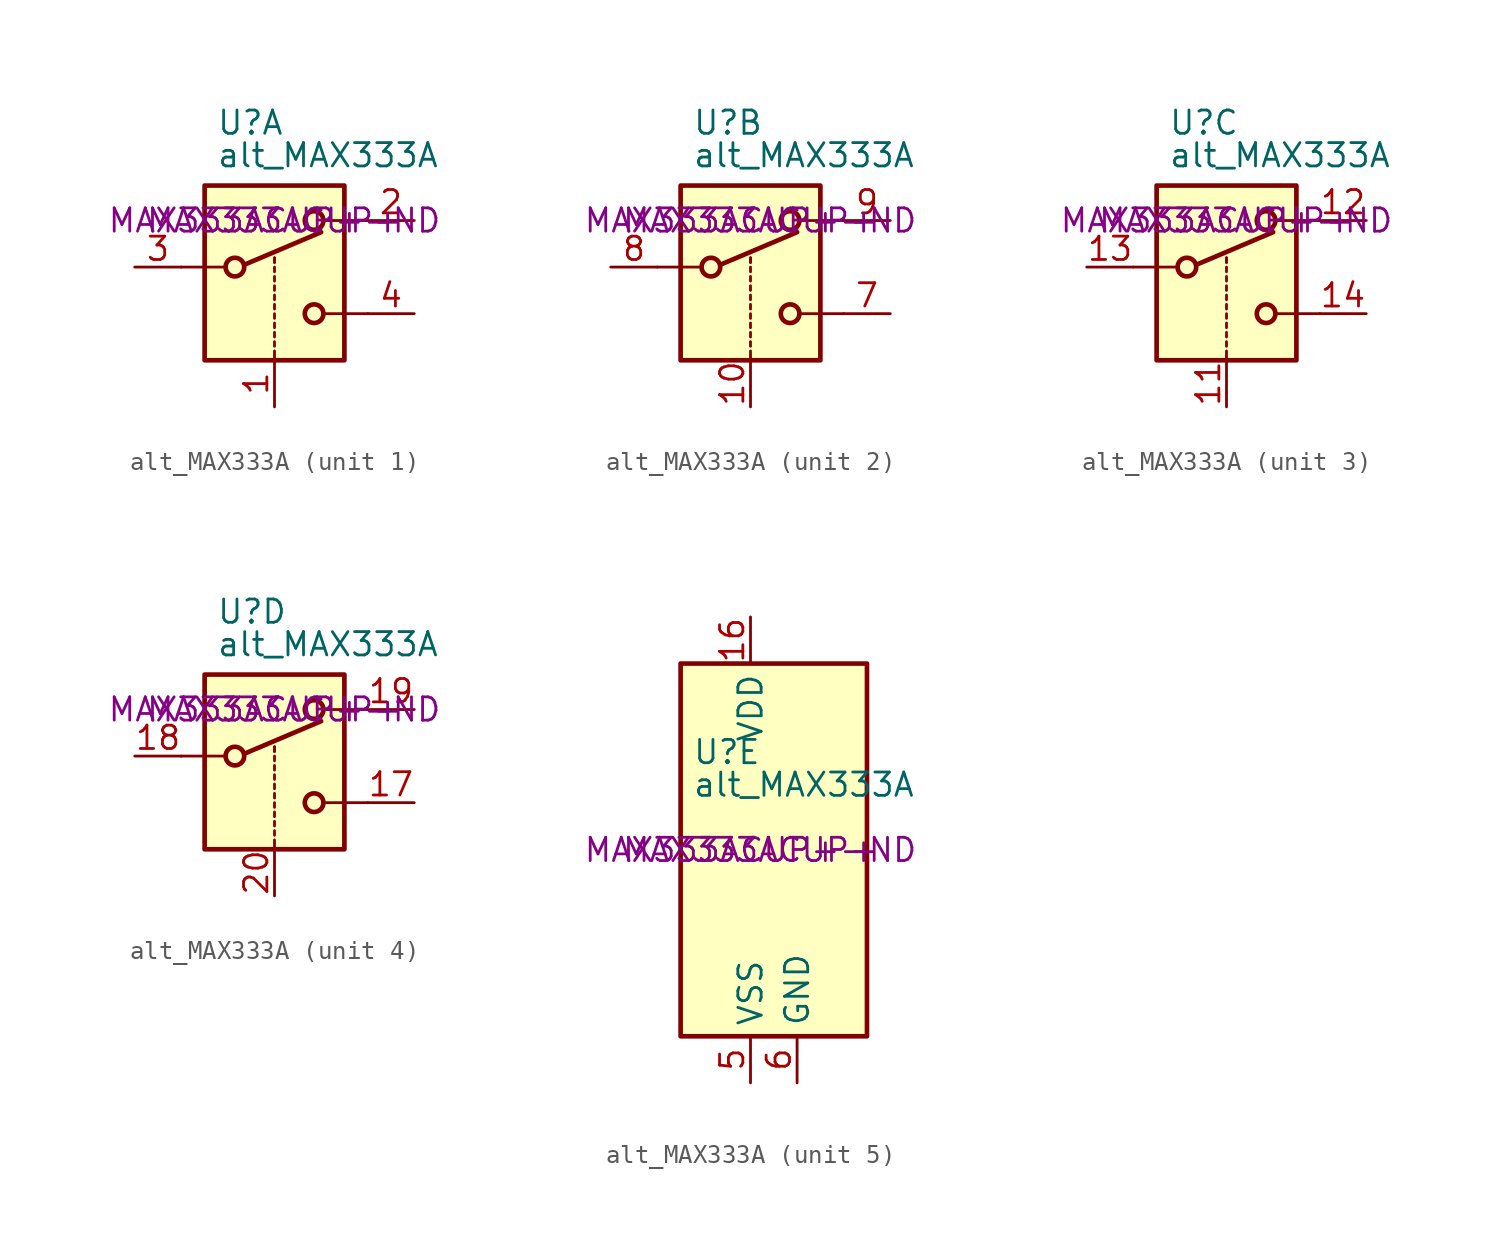
<source format=kicad_sym>
(kicad_symbol_lib
  (version 20220914)
  (generator kicad_symbol_editor)
  (symbol "alt_MAX333A"
    (property "Reference" "U"
      (at -3.175 5.334 0)
      (effects (font (size 1.27 1.27)) (justify left)))
    (property "Value" "alt_MAX333A"
      (at -3.175 3.556 0)
      (effects (font (size 1.27 1.27)) (justify left)))
    (property "Digikey" "MAX333ACUP+-ND"
      (at 0 0 0)
      (effects (font (size 1.27 1.27))))
    (property "Manufacturer" "MAX333ACUP+"
      (at 0 0 0)
      (effects (font (size 1.27 1.27))))
    (symbol "alt_MAX333A_1_1"
      (rectangle (start -3.81 1.905) (end 3.81 -7.62) (stroke (width 0.254) (type default)) (fill (type background)))
      (circle (center -2.159 -2.54) (radius 0.508) (stroke (width 0.254) (type default)) (fill (type none)))
      (polyline (pts (xy -5.08 -2.54) (xy -2.794 -2.54)) (stroke (width 0) (type default)) (fill (type none)))
      (polyline (pts (xy -1.651 -2.413) (xy 2.54 -0.635)) (stroke (width 0.254) (type default)) (fill (type none)))
      (polyline (pts (xy 0 -7.62) (xy 0 -7.112)) (stroke (width 0) (type default)) (fill (type none)))
      (polyline (pts (xy 0 -6.858) (xy 0 -6.604)) (stroke (width 0) (type default)) (fill (type none)))
      (polyline (pts (xy 0 -6.35) (xy 0 -6.096)) (stroke (width 0) (type default)) (fill (type none)))
      (polyline (pts (xy 0 -5.842) (xy 0 -5.588)) (stroke (width 0) (type default)) (fill (type none)))
      (polyline (pts (xy 0 -5.334) (xy 0 -5.08)) (stroke (width 0) (type default)) (fill (type none)))
      (polyline (pts (xy 0 -4.826) (xy 0 -4.572)) (stroke (width 0) (type default)) (fill (type none)))
      (polyline (pts (xy 0 -4.318) (xy 0 -4.064)) (stroke (width 0) (type default)) (fill (type none)))
      (polyline (pts (xy 0 -3.81) (xy 0 -3.556)) (stroke (width 0) (type default)) (fill (type none)))
      (polyline (pts (xy 0 -3.302) (xy 0 -3.048)) (stroke (width 0) (type default)) (fill (type none)))
      (polyline (pts (xy 0 -2.794) (xy 0 -2.54)) (stroke (width 0) (type default)) (fill (type none)))
      (polyline (pts (xy 0 -2.286) (xy 0 -2.032)) (stroke (width 0) (type default)) (fill (type none)))
      (polyline (pts (xy 0 -2.286) (xy 0 -2.032)) (stroke (width 0) (type default)) (fill (type none)))
      (polyline (pts (xy 5.08 -5.08) (xy 2.794 -5.08)) (stroke (width 0) (type default)) (fill (type none)))
      (polyline (pts (xy 5.08 0) (xy 2.794 0)) (stroke (width 0) (type default)) (fill (type none)))
      (circle (center 2.159 -5.08) (radius 0.508) (stroke (width 0.254) (type default)) (fill (type none)))
      (circle (center 2.159 0) (radius 0.508) (stroke (width 0.254) (type default)) (fill (type none)))
      (pin input line (at 0 -10.16 90) (length 2.54) (name "~" (effects (font (size 1.27 1.27)))) (number "1" (effects (font (size 1.27 1.27)))))
      (pin passive line (at 7.62 0 180) (length 2.54) (name "~" (effects (font (size 1.27 1.27)))) (number "2" (effects (font (size 1.27 1.27)))))
      (pin passive line (at -7.62 -2.54 0) (length 2.54) (name "~" (effects (font (size 1.27 1.27)))) (number "3" (effects (font (size 1.27 1.27)))))
      (pin passive line (at 7.62 -5.08 180) (length 2.54) (name "~" (effects (font (size 1.27 1.27)))) (number "4" (effects (font (size 1.27 1.27))))))
    (symbol "alt_MAX333A_2_1"
      (rectangle (start -3.81 1.905) (end 3.81 -7.62) (stroke (width 0.254) (type default)) (fill (type background)))
      (circle (center -2.159 -2.54) (radius 0.508) (stroke (width 0.254) (type default)) (fill (type none)))
      (polyline (pts (xy -5.08 -2.54) (xy -2.794 -2.54)) (stroke (width 0) (type default)) (fill (type none)))
      (polyline (pts (xy -1.651 -2.413) (xy 2.54 -0.635)) (stroke (width 0.254) (type default)) (fill (type none)))
      (polyline (pts (xy 0 -7.62) (xy 0 -7.112)) (stroke (width 0) (type default)) (fill (type none)))
      (polyline (pts (xy 0 -6.858) (xy 0 -6.604)) (stroke (width 0) (type default)) (fill (type none)))
      (polyline (pts (xy 0 -6.35) (xy 0 -6.096)) (stroke (width 0) (type default)) (fill (type none)))
      (polyline (pts (xy 0 -5.842) (xy 0 -5.588)) (stroke (width 0) (type default)) (fill (type none)))
      (polyline (pts (xy 0 -5.334) (xy 0 -5.08)) (stroke (width 0) (type default)) (fill (type none)))
      (polyline (pts (xy 0 -4.826) (xy 0 -4.572)) (stroke (width 0) (type default)) (fill (type none)))
      (polyline (pts (xy 0 -4.318) (xy 0 -4.064)) (stroke (width 0) (type default)) (fill (type none)))
      (polyline (pts (xy 0 -3.81) (xy 0 -3.556)) (stroke (width 0) (type default)) (fill (type none)))
      (polyline (pts (xy 0 -3.302) (xy 0 -3.048)) (stroke (width 0) (type default)) (fill (type none)))
      (polyline (pts (xy 0 -2.794) (xy 0 -2.54)) (stroke (width 0) (type default)) (fill (type none)))
      (polyline (pts (xy 0 -2.286) (xy 0 -2.032)) (stroke (width 0) (type default)) (fill (type none)))
      (polyline (pts (xy 0 -2.286) (xy 0 -2.032)) (stroke (width 0) (type default)) (fill (type none)))
      (polyline (pts (xy 5.08 -5.08) (xy 2.794 -5.08)) (stroke (width 0) (type default)) (fill (type none)))
      (polyline (pts (xy 5.08 0) (xy 2.794 0)) (stroke (width 0) (type default)) (fill (type none)))
      (circle (center 2.159 -5.08) (radius 0.508) (stroke (width 0.254) (type default)) (fill (type none)))
      (circle (center 2.159 0) (radius 0.508) (stroke (width 0.254) (type default)) (fill (type none)))
      (pin input line (at 0 -10.16 90) (length 2.54) (name "~" (effects (font (size 1.27 1.27)))) (number "10" (effects (font (size 1.27 1.27)))))
      (pin passive line (at 7.62 -5.08 180) (length 2.54) (name "~" (effects (font (size 1.27 1.27)))) (number "7" (effects (font (size 1.27 1.27)))))
      (pin passive line (at -7.62 -2.54 0) (length 2.54) (name "~" (effects (font (size 1.27 1.27)))) (number "8" (effects (font (size 1.27 1.27)))))
      (pin passive line (at 7.62 0 180) (length 2.54) (name "~" (effects (font (size 1.27 1.27)))) (number "9" (effects (font (size 1.27 1.27))))))
    (symbol "alt_MAX333A_3_1"
      (rectangle (start -3.81 1.905) (end 3.81 -7.62) (stroke (width 0.254) (type default)) (fill (type background)))
      (circle (center -2.159 -2.54) (radius 0.508) (stroke (width 0.254) (type default)) (fill (type none)))
      (polyline (pts (xy -5.08 -2.54) (xy -2.794 -2.54)) (stroke (width 0) (type default)) (fill (type none)))
      (polyline (pts (xy -1.651 -2.413) (xy 2.54 -0.635)) (stroke (width 0.254) (type default)) (fill (type none)))
      (polyline (pts (xy 0 -7.62) (xy 0 -7.112)) (stroke (width 0) (type default)) (fill (type none)))
      (polyline (pts (xy 0 -6.858) (xy 0 -6.604)) (stroke (width 0) (type default)) (fill (type none)))
      (polyline (pts (xy 0 -6.35) (xy 0 -6.096)) (stroke (width 0) (type default)) (fill (type none)))
      (polyline (pts (xy 0 -5.842) (xy 0 -5.588)) (stroke (width 0) (type default)) (fill (type none)))
      (polyline (pts (xy 0 -5.334) (xy 0 -5.08)) (stroke (width 0) (type default)) (fill (type none)))
      (polyline (pts (xy 0 -4.826) (xy 0 -4.572)) (stroke (width 0) (type default)) (fill (type none)))
      (polyline (pts (xy 0 -4.318) (xy 0 -4.064)) (stroke (width 0) (type default)) (fill (type none)))
      (polyline (pts (xy 0 -3.81) (xy 0 -3.556)) (stroke (width 0) (type default)) (fill (type none)))
      (polyline (pts (xy 0 -3.302) (xy 0 -3.048)) (stroke (width 0) (type default)) (fill (type none)))
      (polyline (pts (xy 0 -2.794) (xy 0 -2.54)) (stroke (width 0) (type default)) (fill (type none)))
      (polyline (pts (xy 0 -2.286) (xy 0 -2.032)) (stroke (width 0) (type default)) (fill (type none)))
      (polyline (pts (xy 0 -2.286) (xy 0 -2.032)) (stroke (width 0) (type default)) (fill (type none)))
      (polyline (pts (xy 5.08 -5.08) (xy 2.794 -5.08)) (stroke (width 0) (type default)) (fill (type none)))
      (polyline (pts (xy 5.08 0) (xy 2.794 0)) (stroke (width 0) (type default)) (fill (type none)))
      (circle (center 2.159 -5.08) (radius 0.508) (stroke (width 0.254) (type default)) (fill (type none)))
      (circle (center 2.159 0) (radius 0.508) (stroke (width 0.254) (type default)) (fill (type none)))
      (pin input line (at 0 -10.16 90) (length 2.54) (name "~" (effects (font (size 1.27 1.27)))) (number "11" (effects (font (size 1.27 1.27)))))
      (pin passive line (at 7.62 0 180) (length 2.54) (name "~" (effects (font (size 1.27 1.27)))) (number "12" (effects (font (size 1.27 1.27)))))
      (pin passive line (at -7.62 -2.54 0) (length 2.54) (name "~" (effects (font (size 1.27 1.27)))) (number "13" (effects (font (size 1.27 1.27)))))
      (pin passive line (at 7.62 -5.08 180) (length 2.54) (name "~" (effects (font (size 1.27 1.27)))) (number "14" (effects (font (size 1.27 1.27))))))
    (symbol "alt_MAX333A_4_1"
      (rectangle (start -3.81 1.905) (end 3.81 -7.62) (stroke (width 0.254) (type default)) (fill (type background)))
      (circle (center -2.159 -2.54) (radius 0.508) (stroke (width 0.254) (type default)) (fill (type none)))
      (polyline (pts (xy -5.08 -2.54) (xy -2.794 -2.54)) (stroke (width 0) (type default)) (fill (type none)))
      (polyline (pts (xy -1.651 -2.413) (xy 2.54 -0.635)) (stroke (width 0.254) (type default)) (fill (type none)))
      (polyline (pts (xy 0 -7.62) (xy 0 -7.112)) (stroke (width 0) (type default)) (fill (type none)))
      (polyline (pts (xy 0 -6.858) (xy 0 -6.604)) (stroke (width 0) (type default)) (fill (type none)))
      (polyline (pts (xy 0 -6.35) (xy 0 -6.096)) (stroke (width 0) (type default)) (fill (type none)))
      (polyline (pts (xy 0 -5.842) (xy 0 -5.588)) (stroke (width 0) (type default)) (fill (type none)))
      (polyline (pts (xy 0 -5.334) (xy 0 -5.08)) (stroke (width 0) (type default)) (fill (type none)))
      (polyline (pts (xy 0 -4.826) (xy 0 -4.572)) (stroke (width 0) (type default)) (fill (type none)))
      (polyline (pts (xy 0 -4.318) (xy 0 -4.064)) (stroke (width 0) (type default)) (fill (type none)))
      (polyline (pts (xy 0 -3.81) (xy 0 -3.556)) (stroke (width 0) (type default)) (fill (type none)))
      (polyline (pts (xy 0 -3.302) (xy 0 -3.048)) (stroke (width 0) (type default)) (fill (type none)))
      (polyline (pts (xy 0 -2.794) (xy 0 -2.54)) (stroke (width 0) (type default)) (fill (type none)))
      (polyline (pts (xy 0 -2.286) (xy 0 -2.032)) (stroke (width 0) (type default)) (fill (type none)))
      (polyline (pts (xy 0 -2.286) (xy 0 -2.032)) (stroke (width 0) (type default)) (fill (type none)))
      (polyline (pts (xy 5.08 -5.08) (xy 2.794 -5.08)) (stroke (width 0) (type default)) (fill (type none)))
      (polyline (pts (xy 5.08 0) (xy 2.794 0)) (stroke (width 0) (type default)) (fill (type none)))
      (circle (center 2.159 -5.08) (radius 0.508) (stroke (width 0.254) (type default)) (fill (type none)))
      (circle (center 2.159 0) (radius 0.508) (stroke (width 0.254) (type default)) (fill (type none)))
      (pin passive line (at 7.62 -5.08 180) (length 2.54) (name "~" (effects (font (size 1.27 1.27)))) (number "17" (effects (font (size 1.27 1.27)))))
      (pin passive line (at -7.62 -2.54 0) (length 2.54) (name "~" (effects (font (size 1.27 1.27)))) (number "18" (effects (font (size 1.27 1.27)))))
      (pin passive line (at 7.62 0 180) (length 2.54) (name "~" (effects (font (size 1.27 1.27)))) (number "19" (effects (font (size 1.27 1.27)))))
      (pin input line (at 0 -10.16 90) (length 2.54) (name "~" (effects (font (size 1.27 1.27)))) (number "20" (effects (font (size 1.27 1.27))))))
    (symbol "alt_MAX333A_5_0"
      (pin no_connect line (at 2.54 10.16 270) (length 2.54) hide (name "NC" (effects (font (size 1.27 1.27)))) (number "15" (effects (font (size 1.27 1.27)))))
      (pin power_in line (at 0 12.7 270) (length 2.54) (name "VDD" (effects (font (size 1.27 1.27)))) (number "16" (effects (font (size 1.27 1.27)))))
      (pin power_in line (at 0 -12.7 90) (length 2.54) (name "VSS" (effects (font (size 1.27 1.27)))) (number "5" (effects (font (size 1.27 1.27)))))
      (pin power_in line (at 2.54 -12.7 90) (length 2.54) (name "GND" (effects (font (size 1.27 1.27)))) (number "6" (effects (font (size 1.27 1.27))))))
    (symbol "alt_MAX333A_5_1"
      (rectangle (start -3.81 10.16) (end 6.35 -10.16) (stroke (width 0.254) (type default)) (fill (type background))))))
</source>
